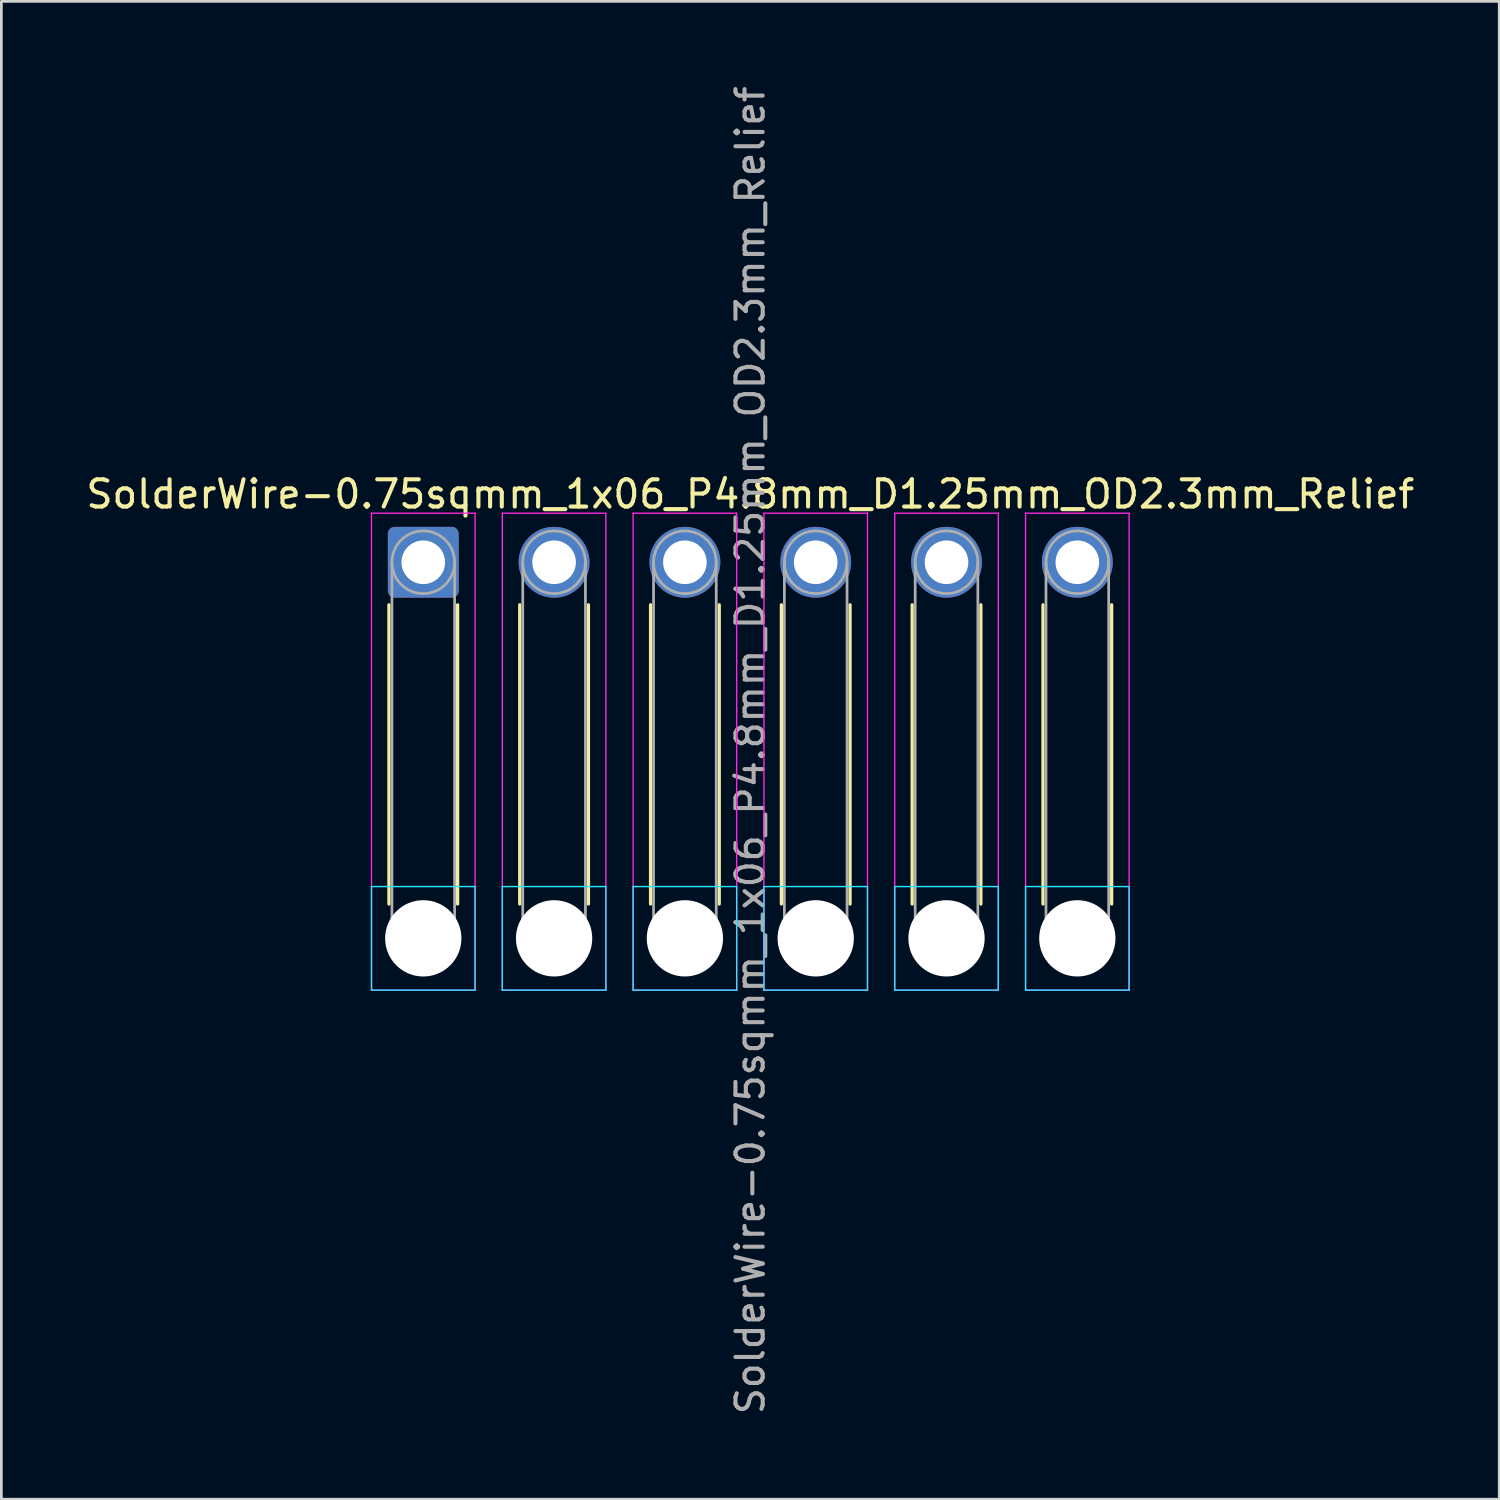
<source format=kicad_pcb>
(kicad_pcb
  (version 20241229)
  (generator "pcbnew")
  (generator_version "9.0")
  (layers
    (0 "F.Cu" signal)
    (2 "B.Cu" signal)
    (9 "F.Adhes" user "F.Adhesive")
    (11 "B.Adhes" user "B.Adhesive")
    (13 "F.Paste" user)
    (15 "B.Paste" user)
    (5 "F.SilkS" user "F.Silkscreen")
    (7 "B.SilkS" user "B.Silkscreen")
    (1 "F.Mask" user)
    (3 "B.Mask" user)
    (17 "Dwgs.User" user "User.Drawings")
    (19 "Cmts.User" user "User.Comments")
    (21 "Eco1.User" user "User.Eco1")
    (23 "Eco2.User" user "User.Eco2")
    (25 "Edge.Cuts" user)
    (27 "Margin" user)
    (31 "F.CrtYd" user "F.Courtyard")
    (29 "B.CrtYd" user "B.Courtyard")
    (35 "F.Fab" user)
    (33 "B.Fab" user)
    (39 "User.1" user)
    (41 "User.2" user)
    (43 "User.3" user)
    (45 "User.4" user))
  (footprint "SolderWire-0.75sqmm_1x06_P4.8mm_D1.25mm_OD2.3mm_Relief"
    (layer "F.Cu")
    (at 12.482 17.582)
    (property "Reference" "SolderWire-0.75sqmm_1x06_P4.8mm_D1.25mm_OD2.3mm_Relief" (at 12 -2.5 0) (layer "F.SilkS") (effects (font (size 1 1) (thickness 0.15))))
    (attr exclude_from_pos_files exclude_from_bom)
    (fp_line (start -1.26 1.56) (end -1.26 12.54) (stroke (width 0.12) (type solid)) (layer "F.SilkS"))
    (fp_line (start 1.26 1.56) (end 1.26 12.54) (stroke (width 0.12) (type solid)) (layer "F.SilkS"))
    (fp_line (start 3.54 1.56) (end 3.54 12.54) (stroke (width 0.12) (type solid)) (layer "F.SilkS"))
    (fp_line (start 6.06 1.56) (end 6.06 12.54) (stroke (width 0.12) (type solid)) (layer "F.SilkS"))
    (fp_line (start 8.34 1.56) (end 8.34 12.54) (stroke (width 0.12) (type solid)) (layer "F.SilkS"))
    (fp_line (start 10.86 1.56) (end 10.86 12.54) (stroke (width 0.12) (type solid)) (layer "F.SilkS"))
    (fp_line (start 13.14 1.56) (end 13.14 12.54) (stroke (width 0.12) (type solid)) (layer "F.SilkS"))
    (fp_line (start 15.66 1.56) (end 15.66 12.54) (stroke (width 0.12) (type solid)) (layer "F.SilkS"))
    (fp_line (start 17.94 1.56) (end 17.94 12.54) (stroke (width 0.12) (type solid)) (layer "F.SilkS"))
    (fp_line (start 20.46 1.56) (end 20.46 12.54) (stroke (width 0.12) (type solid)) (layer "F.SilkS"))
    (fp_line (start 22.74 1.56) (end 22.74 12.54) (stroke (width 0.12) (type solid)) (layer "F.SilkS"))
    (fp_line (start 25.26 1.56) (end 25.26 12.54) (stroke (width 0.12) (type solid)) (layer "F.SilkS"))
    (fp_line (start -1.9 11.9) (end -1.9 15.7) (stroke (width 0.05) (type solid)) (layer "B.CrtYd"))
    (fp_line (start -1.9 15.7) (end 1.9 15.7) (stroke (width 0.05) (type solid)) (layer "B.CrtYd"))
    (fp_line (start 1.9 11.9) (end -1.9 11.9) (stroke (width 0.05) (type solid)) (layer "B.CrtYd"))
    (fp_line (start 1.9 15.7) (end 1.9 11.9) (stroke (width 0.05) (type solid)) (layer "B.CrtYd"))
    (fp_line (start 2.9 11.9) (end 2.9 15.7) (stroke (width 0.05) (type solid)) (layer "B.CrtYd"))
    (fp_line (start 2.9 15.7) (end 6.7 15.7) (stroke (width 0.05) (type solid)) (layer "B.CrtYd"))
    (fp_line (start 6.7 11.9) (end 2.9 11.9) (stroke (width 0.05) (type solid)) (layer "B.CrtYd"))
    (fp_line (start 6.7 15.7) (end 6.7 11.9) (stroke (width 0.05) (type solid)) (layer "B.CrtYd"))
    (fp_line (start 7.7 11.9) (end 7.7 15.7) (stroke (width 0.05) (type solid)) (layer "B.CrtYd"))
    (fp_line (start 7.7 15.7) (end 11.5 15.7) (stroke (width 0.05) (type solid)) (layer "B.CrtYd"))
    (fp_line (start 11.5 11.9) (end 7.7 11.9) (stroke (width 0.05) (type solid)) (layer "B.CrtYd"))
    (fp_line (start 11.5 15.7) (end 11.5 11.9) (stroke (width 0.05) (type solid)) (layer "B.CrtYd"))
    (fp_line (start 12.5 11.9) (end 12.5 15.7) (stroke (width 0.05) (type solid)) (layer "B.CrtYd"))
    (fp_line (start 12.5 15.7) (end 16.3 15.7) (stroke (width 0.05) (type solid)) (layer "B.CrtYd"))
    (fp_line (start 16.3 11.9) (end 12.5 11.9) (stroke (width 0.05) (type solid)) (layer "B.CrtYd"))
    (fp_line (start 16.3 15.7) (end 16.3 11.9) (stroke (width 0.05) (type solid)) (layer "B.CrtYd"))
    (fp_line (start 17.3 11.9) (end 17.3 15.7) (stroke (width 0.05) (type solid)) (layer "B.CrtYd"))
    (fp_line (start 17.3 15.7) (end 21.1 15.7) (stroke (width 0.05) (type solid)) (layer "B.CrtYd"))
    (fp_line (start 21.1 11.9) (end 17.3 11.9) (stroke (width 0.05) (type solid)) (layer "B.CrtYd"))
    (fp_line (start 21.1 15.7) (end 21.1 11.9) (stroke (width 0.05) (type solid)) (layer "B.CrtYd"))
    (fp_line (start 22.1 11.9) (end 22.1 15.7) (stroke (width 0.05) (type solid)) (layer "B.CrtYd"))
    (fp_line (start 22.1 15.7) (end 25.9 15.7) (stroke (width 0.05) (type solid)) (layer "B.CrtYd"))
    (fp_line (start 25.9 11.9) (end 22.1 11.9) (stroke (width 0.05) (type solid)) (layer "B.CrtYd"))
    (fp_line (start 25.9 15.7) (end 25.9 11.9) (stroke (width 0.05) (type solid)) (layer "B.CrtYd"))
    (fp_line (start -1.9 -1.8) (end -1.9 15.7) (stroke (width 0.05) (type solid)) (layer "F.CrtYd"))
    (fp_line (start -1.9 15.7) (end 1.9 15.7) (stroke (width 0.05) (type solid)) (layer "F.CrtYd"))
    (fp_line (start 1.9 -1.8) (end -1.9 -1.8) (stroke (width 0.05) (type solid)) (layer "F.CrtYd"))
    (fp_line (start 1.9 15.7) (end 1.9 -1.8) (stroke (width 0.05) (type solid)) (layer "F.CrtYd"))
    (fp_line (start 2.9 -1.8) (end 2.9 15.7) (stroke (width 0.05) (type solid)) (layer "F.CrtYd"))
    (fp_line (start 2.9 15.7) (end 6.7 15.7) (stroke (width 0.05) (type solid)) (layer "F.CrtYd"))
    (fp_line (start 6.7 -1.8) (end 2.9 -1.8) (stroke (width 0.05) (type solid)) (layer "F.CrtYd"))
    (fp_line (start 6.7 15.7) (end 6.7 -1.8) (stroke (width 0.05) (type solid)) (layer "F.CrtYd"))
    (fp_line (start 7.7 -1.8) (end 7.7 15.7) (stroke (width 0.05) (type solid)) (layer "F.CrtYd"))
    (fp_line (start 7.7 15.7) (end 11.5 15.7) (stroke (width 0.05) (type solid)) (layer "F.CrtYd"))
    (fp_line (start 11.5 -1.8) (end 7.7 -1.8) (stroke (width 0.05) (type solid)) (layer "F.CrtYd"))
    (fp_line (start 11.5 15.7) (end 11.5 -1.8) (stroke (width 0.05) (type solid)) (layer "F.CrtYd"))
    (fp_line (start 12.5 -1.8) (end 12.5 15.7) (stroke (width 0.05) (type solid)) (layer "F.CrtYd"))
    (fp_line (start 12.5 15.7) (end 16.3 15.7) (stroke (width 0.05) (type solid)) (layer "F.CrtYd"))
    (fp_line (start 16.3 -1.8) (end 12.5 -1.8) (stroke (width 0.05) (type solid)) (layer "F.CrtYd"))
    (fp_line (start 16.3 15.7) (end 16.3 -1.8) (stroke (width 0.05) (type solid)) (layer "F.CrtYd"))
    (fp_line (start 17.3 -1.8) (end 17.3 15.7) (stroke (width 0.05) (type solid)) (layer "F.CrtYd"))
    (fp_line (start 17.3 15.7) (end 21.1 15.7) (stroke (width 0.05) (type solid)) (layer "F.CrtYd"))
    (fp_line (start 21.1 -1.8) (end 17.3 -1.8) (stroke (width 0.05) (type solid)) (layer "F.CrtYd"))
    (fp_line (start 21.1 15.7) (end 21.1 -1.8) (stroke (width 0.05) (type solid)) (layer "F.CrtYd"))
    (fp_line (start 22.1 -1.8) (end 22.1 15.7) (stroke (width 0.05) (type solid)) (layer "F.CrtYd"))
    (fp_line (start 22.1 15.7) (end 25.9 15.7) (stroke (width 0.05) (type solid)) (layer "F.CrtYd"))
    (fp_line (start 25.9 -1.8) (end 22.1 -1.8) (stroke (width 0.05) (type solid)) (layer "F.CrtYd"))
    (fp_line (start 25.9 15.7) (end 25.9 -1.8) (stroke (width 0.05) (type solid)) (layer "F.CrtYd"))
    (fp_line (start -1.15 0) (end -1.15 13.8) (stroke (width 0.1) (type solid)) (layer "F.Fab"))
    (fp_line (start 1.15 0) (end 1.15 13.8) (stroke (width 0.1) (type solid)) (layer "F.Fab"))
    (fp_line (start 3.65 0) (end 3.65 13.8) (stroke (width 0.1) (type solid)) (layer "F.Fab"))
    (fp_line (start 5.95 0) (end 5.95 13.8) (stroke (width 0.1) (type solid)) (layer "F.Fab"))
    (fp_line (start 8.45 0) (end 8.45 13.8) (stroke (width 0.1) (type solid)) (layer "F.Fab"))
    (fp_line (start 10.75 0) (end 10.75 13.8) (stroke (width 0.1) (type solid)) (layer "F.Fab"))
    (fp_line (start 13.25 0) (end 13.25 13.8) (stroke (width 0.1) (type solid)) (layer "F.Fab"))
    (fp_line (start 15.55 0) (end 15.55 13.8) (stroke (width 0.1) (type solid)) (layer "F.Fab"))
    (fp_line (start 18.05 0) (end 18.05 13.8) (stroke (width 0.1) (type solid)) (layer "F.Fab"))
    (fp_line (start 20.35 0) (end 20.35 13.8) (stroke (width 0.1) (type solid)) (layer "F.Fab"))
    (fp_line (start 22.85 0) (end 22.85 13.8) (stroke (width 0.1) (type solid)) (layer "F.Fab"))
    (fp_line (start 25.15 0) (end 25.15 13.8) (stroke (width 0.1) (type solid)) (layer "F.Fab"))
    (fp_circle (center 0 0) (end 1.15 0) (stroke (width 0.1) (type solid)) (fill no) (layer "F.Fab"))
    (fp_circle (center 0 13.8) (end 1.15 13.8) (stroke (width 0.1) (type solid)) (fill no) (layer "F.Fab"))
    (fp_circle (center 4.8 0) (end 5.95 0) (stroke (width 0.1) (type solid)) (fill no) (layer "F.Fab"))
    (fp_circle (center 4.8 13.8) (end 5.95 13.8) (stroke (width 0.1) (type solid)) (fill no) (layer "F.Fab"))
    (fp_circle (center 9.6 0) (end 10.75 0) (stroke (width 0.1) (type solid)) (fill no) (layer "F.Fab"))
    (fp_circle (center 9.6 13.8) (end 10.75 13.8) (stroke (width 0.1) (type solid)) (fill no) (layer "F.Fab"))
    (fp_circle (center 14.4 0) (end 15.55 0) (stroke (width 0.1) (type solid)) (fill no) (layer "F.Fab"))
    (fp_circle (center 14.4 13.8) (end 15.55 13.8) (stroke (width 0.1) (type solid)) (fill no) (layer "F.Fab"))
    (fp_circle (center 19.2 0) (end 20.35 0) (stroke (width 0.1) (type solid)) (fill no) (layer "F.Fab"))
    (fp_circle (center 19.2 13.8) (end 20.35 13.8) (stroke (width 0.1) (type solid)) (fill no) (layer "F.Fab"))
    (fp_circle (center 24 0) (end 25.15 0) (stroke (width 0.1) (type solid)) (fill no) (layer "F.Fab"))
    (fp_circle (center 24 13.8) (end 25.15 13.8) (stroke (width 0.1) (type solid)) (fill no) (layer "F.Fab"))
    (fp_text user "${REFERENCE}" (at 12 6.9 90) (layer "F.Fab") (effects (font (size 1 1) (thickness 0.15))))
    (pad "" np_thru_hole circle (at 0 13.8) (size 2.8 2.8) (drill 2.8) (layers "*.Cu" "*.Mask"))
    (pad "" np_thru_hole circle (at 4.8 13.8) (size 2.8 2.8) (drill 2.8) (layers "*.Cu" "*.Mask"))
    (pad "" np_thru_hole circle (at 9.6 13.8) (size 2.8 2.8) (drill 2.8) (layers "*.Cu" "*.Mask"))
    (pad "" np_thru_hole circle (at 14.4 13.8) (size 2.8 2.8) (drill 2.8) (layers "*.Cu" "*.Mask"))
    (pad "" np_thru_hole circle (at 19.2 13.8) (size 2.8 2.8) (drill 2.8) (layers "*.Cu" "*.Mask"))
    (pad "" np_thru_hole circle (at 24 13.8) (size 2.8 2.8) (drill 2.8) (layers "*.Cu" "*.Mask"))
    (pad "1" thru_hole roundrect (at 0 0) (size 2.6 2.6) (drill 1.6) (layers "*.Cu" "*.Mask") (roundrect_rratio 0.096))
    (pad "2" thru_hole circle (at 4.8 0) (size 2.6 2.6) (drill 1.6) (layers "*.Cu" "*.Mask"))
    (pad "3" thru_hole circle (at 9.6 0) (size 2.6 2.6) (drill 1.6) (layers "*.Cu" "*.Mask"))
    (pad "4" thru_hole circle (at 14.4 0) (size 2.6 2.6) (drill 1.6) (layers "*.Cu" "*.Mask"))
    (pad "5" thru_hole circle (at 19.2 0) (size 2.6 2.6) (drill 1.6) (layers "*.Cu" "*.Mask"))
    (pad "6" thru_hole circle (at 24 0) (size 2.6 2.6) (drill 1.6) (layers "*.Cu" "*.Mask")))
  (gr_rect
    (start -3 -3)
    (end 51.964 51.964)
    (stroke (width 0.1) (type default))
    (fill no)
    (layer "Edge.Cuts")))
</source>
